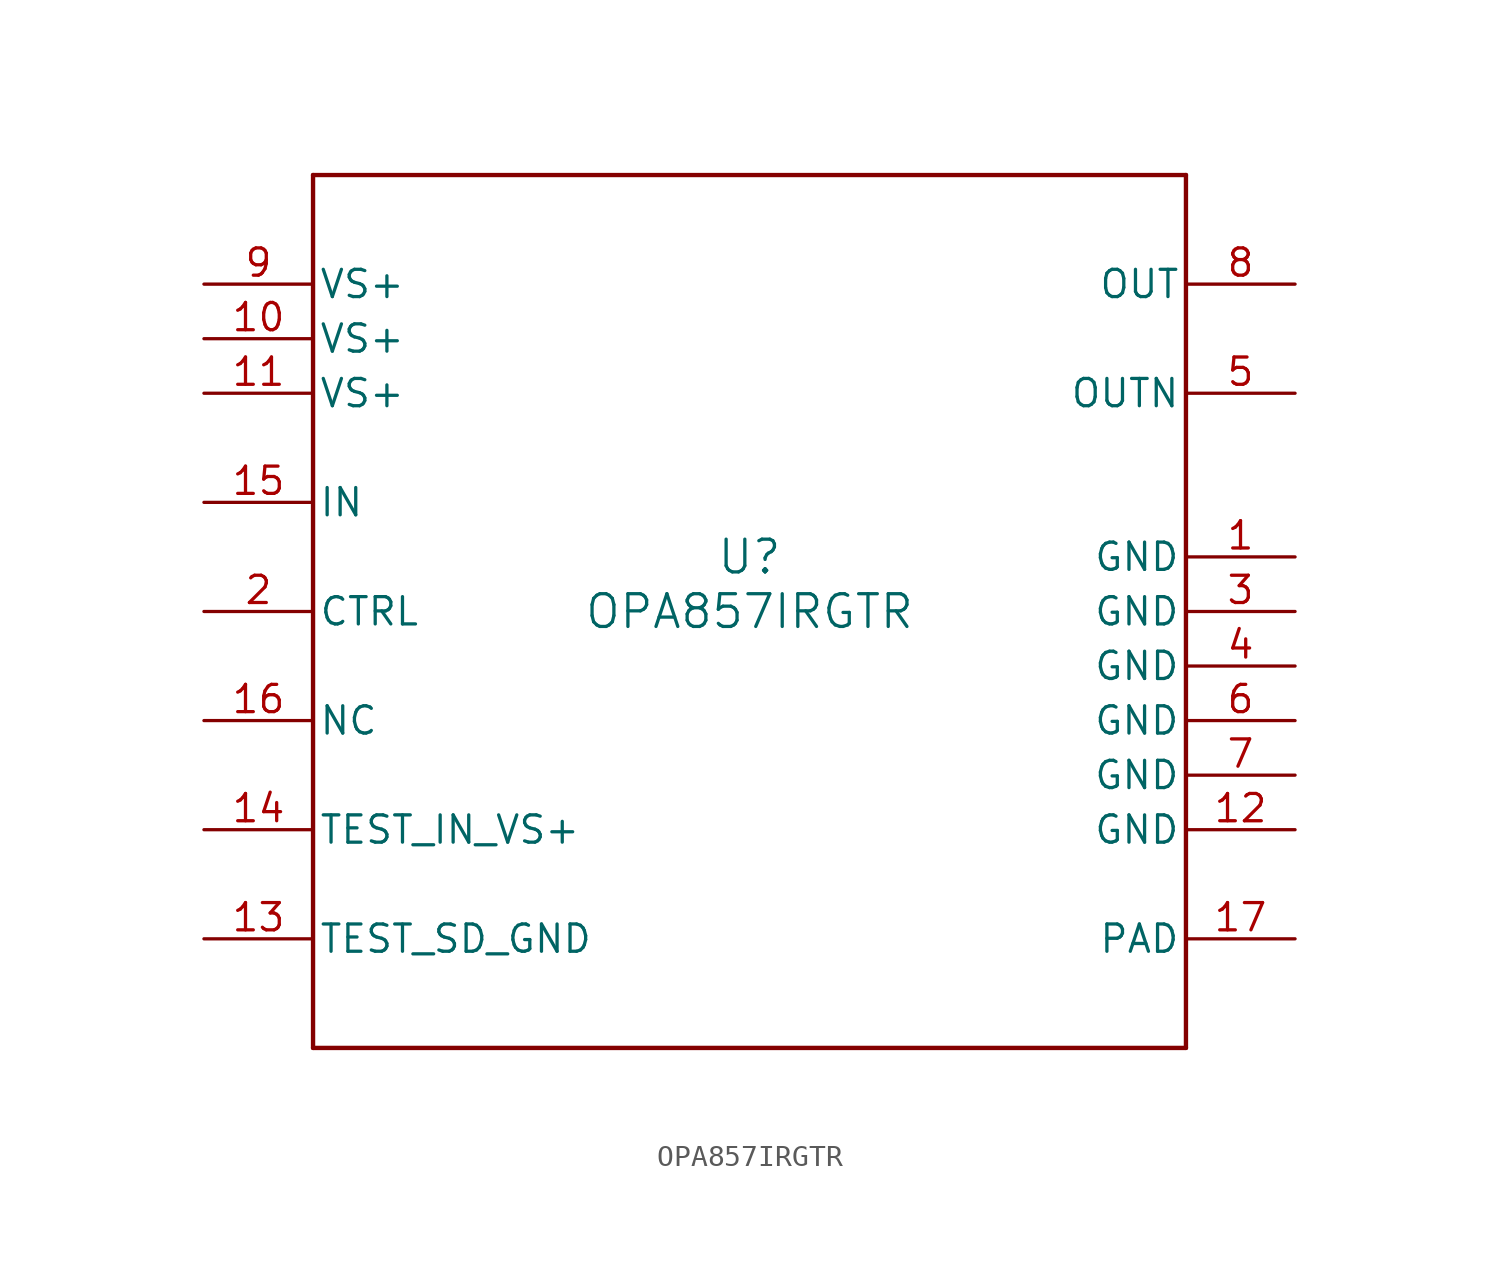
<source format=kicad_sym>
(kicad_symbol_lib
  (version 20211014)
  (generator kicad_symbol_editor)
  (symbol "OPA857IRGTR"
    (pin_names
      (offset 0.254))
    (property "Reference" "U"
      (at 0 2.54 0)
      (effects (font (size 1.524 1.524))))
    (property "Value" "OPA857IRGTR"
      (at 0 0 0)
      (effects (font (size 1.524 1.524))))
    (symbol "OPA857IRGTR_0_1"
      (polyline (pts (xy -20.32 -20.32) (xy 20.32 -20.32)) (stroke (width 0.203) (type default) (color 0 0 0 0)) (fill (type none)))
      (polyline (pts (xy 20.32 -20.32) (xy 20.32 20.32)) (stroke (width 0.203) (type default) (color 0 0 0 0)) (fill (type none)))
      (polyline (pts (xy 20.32 20.32) (xy -20.32 20.32)) (stroke (width 0.203) (type default) (color 0 0 0 0)) (fill (type none)))
      (polyline (pts (xy -20.32 20.32) (xy -20.32 -20.32)) (stroke (width 0.203) (type default) (color 0 0 0 0)) (fill (type none)))
      (pin power_in line (at 25.4 2.54 180) (length 5.08) (name "GND" (effects (font (size 1.27 1.27)))) (number "1" (effects (font (size 1.27 1.27)))))
      (pin input line (at -25.4 0 0) (length 5.08) (name "CTRL" (effects (font (size 1.27 1.27)))) (number "2" (effects (font (size 1.27 1.27)))))
      (pin power_in line (at 25.4 0 180) (length 5.08) (name "GND" (effects (font (size 1.27 1.27)))) (number "3" (effects (font (size 1.27 1.27)))))
      (pin power_in line (at 25.4 -2.54 180) (length 5.08) (name "GND" (effects (font (size 1.27 1.27)))) (number "4" (effects (font (size 1.27 1.27)))))
      (pin output line (at 25.4 10.16 180) (length 5.08) (name "OUTN" (effects (font (size 1.27 1.27)))) (number "5" (effects (font (size 1.27 1.27)))))
      (pin power_in line (at 25.4 -5.08 180) (length 5.08) (name "GND" (effects (font (size 1.27 1.27)))) (number "6" (effects (font (size 1.27 1.27)))))
      (pin power_in line (at 25.4 -7.62 180) (length 5.08) (name "GND" (effects (font (size 1.27 1.27)))) (number "7" (effects (font (size 1.27 1.27)))))
      (pin output line (at 25.4 15.24 180) (length 5.08) (name "OUT" (effects (font (size 1.27 1.27)))) (number "8" (effects (font (size 1.27 1.27)))))
      (pin power_in line (at -25.4 15.24 0) (length 5.08) (name "VS+" (effects (font (size 1.27 1.27)))) (number "9" (effects (font (size 1.27 1.27)))))
      (pin power_in line (at -25.4 12.7 0) (length 5.08) (name "VS+" (effects (font (size 1.27 1.27)))) (number "10" (effects (font (size 1.27 1.27)))))
      (pin power_in line (at -25.4 10.16 0) (length 5.08) (name "VS+" (effects (font (size 1.27 1.27)))) (number "11" (effects (font (size 1.27 1.27)))))
      (pin power_in line (at 25.4 -10.16 180) (length 5.08) (name "GND" (effects (font (size 1.27 1.27)))) (number "12" (effects (font (size 1.27 1.27)))))
      (pin unspecified line (at -25.4 -15.24 0) (length 5.08) (name "TEST_SD_GND" (effects (font (size 1.27 1.27)))) (number "13" (effects (font (size 1.27 1.27)))))
      (pin unspecified line (at -25.4 -10.16 0) (length 5.08) (name "TEST_IN_VS+" (effects (font (size 1.27 1.27)))) (number "14" (effects (font (size 1.27 1.27)))))
      (pin input line (at -25.4 5.08 0) (length 5.08) (name "IN" (effects (font (size 1.27 1.27)))) (number "15" (effects (font (size 1.27 1.27)))))
      (pin unspecified line (at -25.4 -5.08 0) (length 5.08) (name "NC" (effects (font (size 1.27 1.27)))) (number "16" (effects (font (size 1.27 1.27)))))
      (pin power_in line (at 25.4 -15.24 180) (length 5.08) (name "PAD" (effects (font (size 1.27 1.27)))) (number "17" (effects (font (size 1.27 1.27))))))))
</source>
